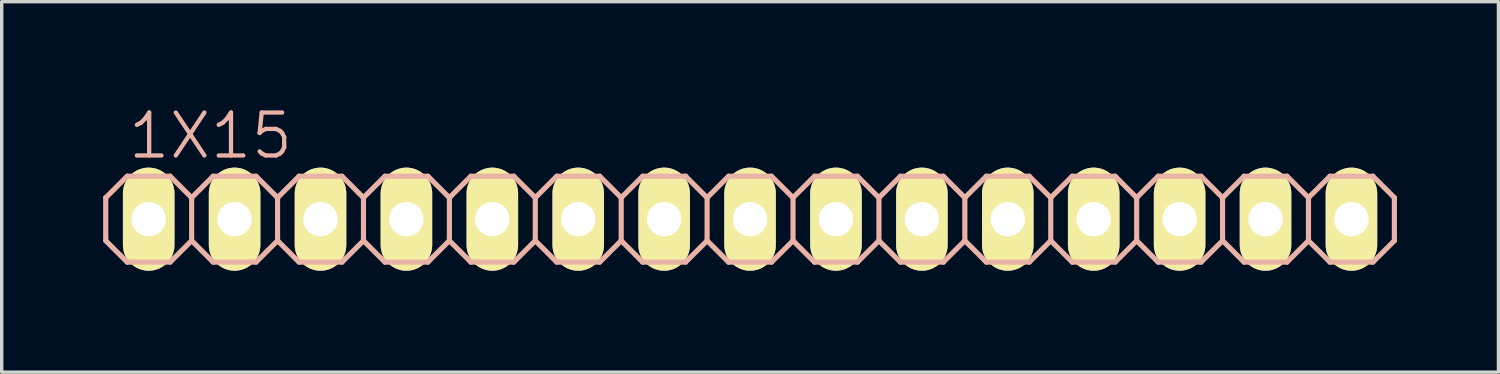
<source format=kicad_pcb>
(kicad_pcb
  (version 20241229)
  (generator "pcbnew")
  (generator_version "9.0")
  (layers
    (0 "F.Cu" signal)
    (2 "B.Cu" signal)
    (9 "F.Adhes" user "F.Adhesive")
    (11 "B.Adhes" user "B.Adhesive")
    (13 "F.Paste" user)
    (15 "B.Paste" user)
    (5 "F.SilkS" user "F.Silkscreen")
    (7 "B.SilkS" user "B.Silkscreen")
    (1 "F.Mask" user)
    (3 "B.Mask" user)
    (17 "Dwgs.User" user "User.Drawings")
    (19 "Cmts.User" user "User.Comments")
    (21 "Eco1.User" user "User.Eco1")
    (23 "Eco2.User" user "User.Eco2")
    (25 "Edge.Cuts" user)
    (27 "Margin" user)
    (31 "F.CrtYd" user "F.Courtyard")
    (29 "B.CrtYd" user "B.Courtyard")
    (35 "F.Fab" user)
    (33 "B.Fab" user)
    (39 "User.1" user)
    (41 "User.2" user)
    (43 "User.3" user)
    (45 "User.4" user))
  (footprint "1X15"
    (layer "F.Cu")
    (at 19.126 3.43)
    (property "Reference" "1X15" (at -15.951 -2.464 0) (layer "B.SilkS") (effects (font (size 1.27 1.27) (thickness 0.127))))
    (attr exclude_from_pos_files exclude_from_bom)
    (fp_line (start -18.034 -0.254) (end -17.523 -0.254) (stroke (width 0.066) (type solid)) (layer "F.SilkS"))
    (fp_line (start -18.034 0.254) (end -18.034 -0.254) (stroke (width 0.066) (type solid)) (layer "F.SilkS"))
    (fp_line (start -18.034 0.254) (end -17.523 0.254) (stroke (width 0.066) (type solid)) (layer "F.SilkS"))
    (fp_line (start -17.523 0.254) (end -17.523 -0.254) (stroke (width 0.066) (type solid)) (layer "F.SilkS"))
    (fp_line (start -15.494 -0.254) (end -14.986 -0.254) (stroke (width 0.066) (type solid)) (layer "F.SilkS"))
    (fp_line (start -15.494 0.254) (end -15.494 -0.254) (stroke (width 0.066) (type solid)) (layer "F.SilkS"))
    (fp_line (start -15.494 0.254) (end -14.986 0.254) (stroke (width 0.066) (type solid)) (layer "F.SilkS"))
    (fp_line (start -14.986 0.254) (end -14.986 -0.254) (stroke (width 0.066) (type solid)) (layer "F.SilkS"))
    (fp_line (start -12.954 -0.254) (end -12.446 -0.254) (stroke (width 0.066) (type solid)) (layer "F.SilkS"))
    (fp_line (start -12.954 0.254) (end -12.954 -0.254) (stroke (width 0.066) (type solid)) (layer "F.SilkS"))
    (fp_line (start -12.954 0.254) (end -12.446 0.254) (stroke (width 0.066) (type solid)) (layer "F.SilkS"))
    (fp_line (start -12.446 0.254) (end -12.446 -0.254) (stroke (width 0.066) (type solid)) (layer "F.SilkS"))
    (fp_line (start -10.414 -0.254) (end -9.906 -0.254) (stroke (width 0.066) (type solid)) (layer "F.SilkS"))
    (fp_line (start -10.414 0.254) (end -10.414 -0.254) (stroke (width 0.066) (type solid)) (layer "F.SilkS"))
    (fp_line (start -10.414 0.254) (end -9.906 0.254) (stroke (width 0.066) (type solid)) (layer "F.SilkS"))
    (fp_line (start -9.906 0.254) (end -9.906 -0.254) (stroke (width 0.066) (type solid)) (layer "F.SilkS"))
    (fp_line (start -7.874 -0.254) (end -7.366 -0.254) (stroke (width 0.066) (type solid)) (layer "F.SilkS"))
    (fp_line (start -7.874 0.254) (end -7.874 -0.254) (stroke (width 0.066) (type solid)) (layer "F.SilkS"))
    (fp_line (start -7.874 0.254) (end -7.366 0.254) (stroke (width 0.066) (type solid)) (layer "F.SilkS"))
    (fp_line (start -7.366 0.254) (end -7.366 -0.254) (stroke (width 0.066) (type solid)) (layer "F.SilkS"))
    (fp_line (start -5.334 -0.254) (end -4.826 -0.254) (stroke (width 0.066) (type solid)) (layer "F.SilkS"))
    (fp_line (start -5.334 0.254) (end -5.334 -0.254) (stroke (width 0.066) (type solid)) (layer "F.SilkS"))
    (fp_line (start -5.334 0.254) (end -4.826 0.254) (stroke (width 0.066) (type solid)) (layer "F.SilkS"))
    (fp_line (start -4.826 0.254) (end -4.826 -0.254) (stroke (width 0.066) (type solid)) (layer "F.SilkS"))
    (fp_line (start -2.794 -0.254) (end -2.286 -0.254) (stroke (width 0.066) (type solid)) (layer "F.SilkS"))
    (fp_line (start -2.794 0.254) (end -2.794 -0.254) (stroke (width 0.066) (type solid)) (layer "F.SilkS"))
    (fp_line (start -2.794 0.254) (end -2.286 0.254) (stroke (width 0.066) (type solid)) (layer "F.SilkS"))
    (fp_line (start -2.286 0.254) (end -2.286 -0.254) (stroke (width 0.066) (type solid)) (layer "F.SilkS"))
    (fp_line (start -0.254 -0.254) (end 0.254 -0.254) (stroke (width 0.066) (type solid)) (layer "F.SilkS"))
    (fp_line (start -0.254 0.254) (end -0.254 -0.254) (stroke (width 0.066) (type solid)) (layer "F.SilkS"))
    (fp_line (start -0.254 0.254) (end 0.254 0.254) (stroke (width 0.066) (type solid)) (layer "F.SilkS"))
    (fp_line (start 0.254 0.254) (end 0.254 -0.254) (stroke (width 0.066) (type solid)) (layer "F.SilkS"))
    (fp_line (start 2.286 -0.254) (end 2.794 -0.254) (stroke (width 0.066) (type solid)) (layer "F.SilkS"))
    (fp_line (start 2.286 0.254) (end 2.286 -0.254) (stroke (width 0.066) (type solid)) (layer "F.SilkS"))
    (fp_line (start 2.286 0.254) (end 2.794 0.254) (stroke (width 0.066) (type solid)) (layer "F.SilkS"))
    (fp_line (start 2.794 0.254) (end 2.794 -0.254) (stroke (width 0.066) (type solid)) (layer "F.SilkS"))
    (fp_line (start 4.826 -0.254) (end 5.334 -0.254) (stroke (width 0.066) (type solid)) (layer "F.SilkS"))
    (fp_line (start 4.826 0.254) (end 4.826 -0.254) (stroke (width 0.066) (type solid)) (layer "F.SilkS"))
    (fp_line (start 4.826 0.254) (end 5.334 0.254) (stroke (width 0.066) (type solid)) (layer "F.SilkS"))
    (fp_line (start 5.334 0.254) (end 5.334 -0.254) (stroke (width 0.066) (type solid)) (layer "F.SilkS"))
    (fp_line (start 7.366 -0.254) (end 7.874 -0.254) (stroke (width 0.066) (type solid)) (layer "F.SilkS"))
    (fp_line (start 7.366 0.254) (end 7.366 -0.254) (stroke (width 0.066) (type solid)) (layer "F.SilkS"))
    (fp_line (start 7.366 0.254) (end 7.874 0.254) (stroke (width 0.066) (type solid)) (layer "F.SilkS"))
    (fp_line (start 7.874 0.254) (end 7.874 -0.254) (stroke (width 0.066) (type solid)) (layer "F.SilkS"))
    (fp_line (start 9.906 -0.254) (end 10.414 -0.254) (stroke (width 0.066) (type solid)) (layer "F.SilkS"))
    (fp_line (start 9.906 0.254) (end 9.906 -0.254) (stroke (width 0.066) (type solid)) (layer "F.SilkS"))
    (fp_line (start 9.906 0.254) (end 10.414 0.254) (stroke (width 0.066) (type solid)) (layer "F.SilkS"))
    (fp_line (start 10.414 0.254) (end 10.414 -0.254) (stroke (width 0.066) (type solid)) (layer "F.SilkS"))
    (fp_line (start 12.446 -0.254) (end 12.954 -0.254) (stroke (width 0.066) (type solid)) (layer "F.SilkS"))
    (fp_line (start 12.446 0.254) (end 12.446 -0.254) (stroke (width 0.066) (type solid)) (layer "F.SilkS"))
    (fp_line (start 12.446 0.254) (end 12.954 0.254) (stroke (width 0.066) (type solid)) (layer "F.SilkS"))
    (fp_line (start 12.954 0.254) (end 12.954 -0.254) (stroke (width 0.066) (type solid)) (layer "F.SilkS"))
    (fp_line (start 14.986 -0.254) (end 15.494 -0.254) (stroke (width 0.066) (type solid)) (layer "F.SilkS"))
    (fp_line (start 14.986 0.254) (end 14.986 -0.254) (stroke (width 0.066) (type solid)) (layer "F.SilkS"))
    (fp_line (start 14.986 0.254) (end 15.494 0.254) (stroke (width 0.066) (type solid)) (layer "F.SilkS"))
    (fp_line (start 15.494 0.254) (end 15.494 -0.254) (stroke (width 0.066) (type solid)) (layer "F.SilkS"))
    (fp_line (start 17.523 -0.254) (end 18.034 -0.254) (stroke (width 0.066) (type solid)) (layer "F.SilkS"))
    (fp_line (start 17.523 0.254) (end 17.523 -0.254) (stroke (width 0.066) (type solid)) (layer "F.SilkS"))
    (fp_line (start 17.523 0.254) (end 18.034 0.254) (stroke (width 0.066) (type solid)) (layer "F.SilkS"))
    (fp_line (start 18.034 0.254) (end 18.034 -0.254) (stroke (width 0.066) (type solid)) (layer "F.SilkS"))
    (fp_line (start -19.05 -0.635) (end -19.05 0.635) (stroke (width 0.152) (type solid)) (layer "B.SilkS"))
    (fp_line (start -19.05 0.635) (end -18.415 1.27) (stroke (width 0.152) (type solid)) (layer "B.SilkS"))
    (fp_line (start -18.415 -1.27) (end -19.05 -0.635) (stroke (width 0.152) (type solid)) (layer "B.SilkS"))
    (fp_line (start -18.415 -1.27) (end -17.145 -1.27) (stroke (width 0.152) (type solid)) (layer "B.SilkS"))
    (fp_line (start -17.145 -1.27) (end -16.51 -0.635) (stroke (width 0.152) (type solid)) (layer "B.SilkS"))
    (fp_line (start -17.145 1.27) (end -18.415 1.27) (stroke (width 0.152) (type solid)) (layer "B.SilkS"))
    (fp_line (start -16.51 -0.635) (end -16.51 0.635) (stroke (width 0.152) (type solid)) (layer "B.SilkS"))
    (fp_line (start -16.51 -0.635) (end -15.875 -1.27) (stroke (width 0.152) (type solid)) (layer "B.SilkS"))
    (fp_line (start -16.51 0.635) (end -17.145 1.27) (stroke (width 0.152) (type solid)) (layer "B.SilkS"))
    (fp_line (start -15.875 -1.27) (end -14.605 -1.27) (stroke (width 0.152) (type solid)) (layer "B.SilkS"))
    (fp_line (start -15.875 1.27) (end -16.51 0.635) (stroke (width 0.152) (type solid)) (layer "B.SilkS"))
    (fp_line (start -14.605 -1.27) (end -13.97 -0.635) (stroke (width 0.152) (type solid)) (layer "B.SilkS"))
    (fp_line (start -14.605 1.27) (end -15.875 1.27) (stroke (width 0.152) (type solid)) (layer "B.SilkS"))
    (fp_line (start -13.97 -0.635) (end -13.97 0.635) (stroke (width 0.152) (type solid)) (layer "B.SilkS"))
    (fp_line (start -13.97 -0.635) (end -13.335 -1.27) (stroke (width 0.152) (type solid)) (layer "B.SilkS"))
    (fp_line (start -13.97 0.635) (end -14.605 1.27) (stroke (width 0.152) (type solid)) (layer "B.SilkS"))
    (fp_line (start -13.335 -1.27) (end -12.065 -1.27) (stroke (width 0.152) (type solid)) (layer "B.SilkS"))
    (fp_line (start -13.335 1.27) (end -13.97 0.635) (stroke (width 0.152) (type solid)) (layer "B.SilkS"))
    (fp_line (start -12.065 -1.27) (end -11.43 -0.635) (stroke (width 0.152) (type solid)) (layer "B.SilkS"))
    (fp_line (start -12.065 1.27) (end -13.335 1.27) (stroke (width 0.152) (type solid)) (layer "B.SilkS"))
    (fp_line (start -11.43 -0.635) (end -11.43 0.635) (stroke (width 0.152) (type solid)) (layer "B.SilkS"))
    (fp_line (start -11.43 0.635) (end -12.065 1.27) (stroke (width 0.152) (type solid)) (layer "B.SilkS"))
    (fp_line (start -11.43 0.635) (end -10.795 1.27) (stroke (width 0.152) (type solid)) (layer "B.SilkS"))
    (fp_line (start -10.795 -1.27) (end -11.43 -0.635) (stroke (width 0.152) (type solid)) (layer "B.SilkS"))
    (fp_line (start -10.795 -1.27) (end -9.525 -1.27) (stroke (width 0.152) (type solid)) (layer "B.SilkS"))
    (fp_line (start -9.525 -1.27) (end -8.89 -0.635) (stroke (width 0.152) (type solid)) (layer "B.SilkS"))
    (fp_line (start -9.525 1.27) (end -10.795 1.27) (stroke (width 0.152) (type solid)) (layer "B.SilkS"))
    (fp_line (start -8.89 -0.635) (end -8.89 0.635) (stroke (width 0.152) (type solid)) (layer "B.SilkS"))
    (fp_line (start -8.89 -0.635) (end -8.255 -1.27) (stroke (width 0.152) (type solid)) (layer "B.SilkS"))
    (fp_line (start -8.89 0.635) (end -9.525 1.27) (stroke (width 0.152) (type solid)) (layer "B.SilkS"))
    (fp_line (start -8.255 -1.27) (end -6.985 -1.27) (stroke (width 0.152) (type solid)) (layer "B.SilkS"))
    (fp_line (start -8.255 1.27) (end -8.89 0.635) (stroke (width 0.152) (type solid)) (layer "B.SilkS"))
    (fp_line (start -6.985 -1.27) (end -6.35 -0.635) (stroke (width 0.152) (type solid)) (layer "B.SilkS"))
    (fp_line (start -6.985 1.27) (end -8.255 1.27) (stroke (width 0.152) (type solid)) (layer "B.SilkS"))
    (fp_line (start -6.35 -0.635) (end -6.35 0.635) (stroke (width 0.152) (type solid)) (layer "B.SilkS"))
    (fp_line (start -6.35 -0.635) (end -5.715 -1.27) (stroke (width 0.152) (type solid)) (layer "B.SilkS"))
    (fp_line (start -6.35 0.635) (end -6.985 1.27) (stroke (width 0.152) (type solid)) (layer "B.SilkS"))
    (fp_line (start -5.715 -1.27) (end -4.445 -1.27) (stroke (width 0.152) (type solid)) (layer "B.SilkS"))
    (fp_line (start -5.715 1.27) (end -6.35 0.635) (stroke (width 0.152) (type solid)) (layer "B.SilkS"))
    (fp_line (start -4.445 -1.27) (end -3.81 -0.635) (stroke (width 0.152) (type solid)) (layer "B.SilkS"))
    (fp_line (start -4.445 1.27) (end -5.715 1.27) (stroke (width 0.152) (type solid)) (layer "B.SilkS"))
    (fp_line (start -3.81 -0.635) (end -3.81 0.635) (stroke (width 0.152) (type solid)) (layer "B.SilkS"))
    (fp_line (start -3.81 0.635) (end -4.445 1.27) (stroke (width 0.152) (type solid)) (layer "B.SilkS"))
    (fp_line (start -3.81 0.635) (end -3.175 1.27) (stroke (width 0.152) (type solid)) (layer "B.SilkS"))
    (fp_line (start -3.175 -1.27) (end -3.81 -0.635) (stroke (width 0.152) (type solid)) (layer "B.SilkS"))
    (fp_line (start -3.175 -1.27) (end -1.905 -1.27) (stroke (width 0.152) (type solid)) (layer "B.SilkS"))
    (fp_line (start -1.905 -1.27) (end -1.27 -0.635) (stroke (width 0.152) (type solid)) (layer "B.SilkS"))
    (fp_line (start -1.905 1.27) (end -3.175 1.27) (stroke (width 0.152) (type solid)) (layer "B.SilkS"))
    (fp_line (start -1.27 -0.635) (end -1.27 0.635) (stroke (width 0.152) (type solid)) (layer "B.SilkS"))
    (fp_line (start -1.27 -0.635) (end -0.635 -1.27) (stroke (width 0.152) (type solid)) (layer "B.SilkS"))
    (fp_line (start -1.27 0.635) (end -1.905 1.27) (stroke (width 0.152) (type solid)) (layer "B.SilkS"))
    (fp_line (start -0.635 -1.27) (end 0.635 -1.27) (stroke (width 0.152) (type solid)) (layer "B.SilkS"))
    (fp_line (start -0.635 1.27) (end -1.27 0.635) (stroke (width 0.152) (type solid)) (layer "B.SilkS"))
    (fp_line (start 0.635 -1.27) (end 1.27 -0.635) (stroke (width 0.152) (type solid)) (layer "B.SilkS"))
    (fp_line (start 0.635 1.27) (end -0.635 1.27) (stroke (width 0.152) (type solid)) (layer "B.SilkS"))
    (fp_line (start 1.27 -0.635) (end 1.27 0.635) (stroke (width 0.152) (type solid)) (layer "B.SilkS"))
    (fp_line (start 1.27 -0.635) (end 1.905 -1.27) (stroke (width 0.152) (type solid)) (layer "B.SilkS"))
    (fp_line (start 1.27 0.635) (end 0.635 1.27) (stroke (width 0.152) (type solid)) (layer "B.SilkS"))
    (fp_line (start 1.905 -1.27) (end 3.175 -1.27) (stroke (width 0.152) (type solid)) (layer "B.SilkS"))
    (fp_line (start 1.905 1.27) (end 1.27 0.635) (stroke (width 0.152) (type solid)) (layer "B.SilkS"))
    (fp_line (start 3.175 -1.27) (end 3.81 -0.635) (stroke (width 0.152) (type solid)) (layer "B.SilkS"))
    (fp_line (start 3.175 1.27) (end 1.905 1.27) (stroke (width 0.152) (type solid)) (layer "B.SilkS"))
    (fp_line (start 3.81 -0.635) (end 3.81 0.635) (stroke (width 0.152) (type solid)) (layer "B.SilkS"))
    (fp_line (start 3.81 0.635) (end 3.175 1.27) (stroke (width 0.152) (type solid)) (layer "B.SilkS"))
    (fp_line (start 3.81 0.635) (end 4.445 1.27) (stroke (width 0.152) (type solid)) (layer "B.SilkS"))
    (fp_line (start 4.445 -1.27) (end 3.81 -0.635) (stroke (width 0.152) (type solid)) (layer "B.SilkS"))
    (fp_line (start 4.445 -1.27) (end 5.715 -1.27) (stroke (width 0.152) (type solid)) (layer "B.SilkS"))
    (fp_line (start 5.715 -1.27) (end 6.35 -0.635) (stroke (width 0.152) (type solid)) (layer "B.SilkS"))
    (fp_line (start 5.715 1.27) (end 4.445 1.27) (stroke (width 0.152) (type solid)) (layer "B.SilkS"))
    (fp_line (start 6.35 -0.635) (end 6.35 0.635) (stroke (width 0.152) (type solid)) (layer "B.SilkS"))
    (fp_line (start 6.35 -0.635) (end 6.985 -1.27) (stroke (width 0.152) (type solid)) (layer "B.SilkS"))
    (fp_line (start 6.35 0.635) (end 5.715 1.27) (stroke (width 0.152) (type solid)) (layer "B.SilkS"))
    (fp_line (start 6.985 -1.27) (end 8.255 -1.27) (stroke (width 0.152) (type solid)) (layer "B.SilkS"))
    (fp_line (start 6.985 1.27) (end 6.35 0.635) (stroke (width 0.152) (type solid)) (layer "B.SilkS"))
    (fp_line (start 8.255 -1.27) (end 8.89 -0.635) (stroke (width 0.152) (type solid)) (layer "B.SilkS"))
    (fp_line (start 8.255 1.27) (end 6.985 1.27) (stroke (width 0.152) (type solid)) (layer "B.SilkS"))
    (fp_line (start 8.89 -0.635) (end 8.89 0.635) (stroke (width 0.152) (type solid)) (layer "B.SilkS"))
    (fp_line (start 8.89 -0.635) (end 9.525 -1.27) (stroke (width 0.152) (type solid)) (layer "B.SilkS"))
    (fp_line (start 8.89 0.635) (end 8.255 1.27) (stroke (width 0.152) (type solid)) (layer "B.SilkS"))
    (fp_line (start 9.525 -1.27) (end 10.795 -1.27) (stroke (width 0.152) (type solid)) (layer "B.SilkS"))
    (fp_line (start 9.525 1.27) (end 8.89 0.635) (stroke (width 0.152) (type solid)) (layer "B.SilkS"))
    (fp_line (start 10.795 -1.27) (end 11.43 -0.635) (stroke (width 0.152) (type solid)) (layer "B.SilkS"))
    (fp_line (start 10.795 1.27) (end 9.525 1.27) (stroke (width 0.152) (type solid)) (layer "B.SilkS"))
    (fp_line (start 11.43 -0.635) (end 11.43 0.635) (stroke (width 0.152) (type solid)) (layer "B.SilkS"))
    (fp_line (start 11.43 0.635) (end 10.795 1.27) (stroke (width 0.152) (type solid)) (layer "B.SilkS"))
    (fp_line (start 11.43 0.635) (end 12.065 1.27) (stroke (width 0.152) (type solid)) (layer "B.SilkS"))
    (fp_line (start 12.065 -1.27) (end 11.43 -0.635) (stroke (width 0.152) (type solid)) (layer "B.SilkS"))
    (fp_line (start 12.065 -1.27) (end 13.335 -1.27) (stroke (width 0.152) (type solid)) (layer "B.SilkS"))
    (fp_line (start 13.335 -1.27) (end 13.97 -0.635) (stroke (width 0.152) (type solid)) (layer "B.SilkS"))
    (fp_line (start 13.335 1.27) (end 12.065 1.27) (stroke (width 0.152) (type solid)) (layer "B.SilkS"))
    (fp_line (start 13.97 -0.635) (end 13.97 0.635) (stroke (width 0.152) (type solid)) (layer "B.SilkS"))
    (fp_line (start 13.97 -0.635) (end 14.605 -1.27) (stroke (width 0.152) (type solid)) (layer "B.SilkS"))
    (fp_line (start 13.97 0.635) (end 13.335 1.27) (stroke (width 0.152) (type solid)) (layer "B.SilkS"))
    (fp_line (start 14.605 -1.27) (end 15.875 -1.27) (stroke (width 0.152) (type solid)) (layer "B.SilkS"))
    (fp_line (start 14.605 1.27) (end 13.97 0.635) (stroke (width 0.152) (type solid)) (layer "B.SilkS"))
    (fp_line (start 15.875 -1.27) (end 16.51 -0.635) (stroke (width 0.152) (type solid)) (layer "B.SilkS"))
    (fp_line (start 15.875 1.27) (end 14.605 1.27) (stroke (width 0.152) (type solid)) (layer "B.SilkS"))
    (fp_line (start 16.51 -0.635) (end 16.51 0.635) (stroke (width 0.152) (type solid)) (layer "B.SilkS"))
    (fp_line (start 16.51 -0.635) (end 17.145 -1.27) (stroke (width 0.152) (type solid)) (layer "B.SilkS"))
    (fp_line (start 16.51 0.635) (end 15.875 1.27) (stroke (width 0.152) (type solid)) (layer "B.SilkS"))
    (fp_line (start 17.145 -1.27) (end 18.415 -1.27) (stroke (width 0.152) (type solid)) (layer "B.SilkS"))
    (fp_line (start 17.145 1.27) (end 16.51 0.635) (stroke (width 0.152) (type solid)) (layer "B.SilkS"))
    (fp_line (start 18.415 -1.27) (end 19.05 -0.635) (stroke (width 0.152) (type solid)) (layer "B.SilkS"))
    (fp_line (start 18.415 1.27) (end 17.145 1.27) (stroke (width 0.152) (type solid)) (layer "B.SilkS"))
    (fp_line (start 19.05 -0.635) (end 19.05 0.635) (stroke (width 0.152) (type solid)) (layer "B.SilkS"))
    (fp_line (start 19.05 0.635) (end 18.415 1.27) (stroke (width 0.152) (type solid)) (layer "B.SilkS"))
    (pad "1" thru_hole oval (at -17.78 0 180) (size 1.524 3.048) (drill 1.016) (layers "*.Cu" "F.Mask" "F.SilkS" "F.Paste"))
    (pad "2" thru_hole oval (at -15.24 0 180) (size 1.524 3.048) (drill 1.016) (layers "*.Cu" "F.Mask" "F.SilkS" "F.Paste"))
    (pad "3" thru_hole oval (at -12.7 0 180) (size 1.524 3.048) (drill 1.016) (layers "*.Cu" "F.Mask" "F.SilkS" "F.Paste"))
    (pad "4" thru_hole oval (at -10.16 0 180) (size 1.524 3.048) (drill 1.016) (layers "*.Cu" "F.Mask" "F.SilkS" "F.Paste"))
    (pad "5" thru_hole oval (at -7.62 0 180) (size 1.524 3.048) (drill 1.016) (layers "*.Cu" "F.Mask" "F.SilkS" "F.Paste"))
    (pad "6" thru_hole oval (at -5.08 0 180) (size 1.524 3.048) (drill 1.016) (layers "*.Cu" "F.Mask" "F.SilkS" "F.Paste"))
    (pad "7" thru_hole oval (at -2.54 0 180) (size 1.524 3.048) (drill 1.016) (layers "*.Cu" "F.Mask" "F.SilkS" "F.Paste"))
    (pad "8" thru_hole oval (at 0 0 180) (size 1.524 3.048) (drill 1.016) (layers "*.Cu" "F.Mask" "F.SilkS" "F.Paste"))
    (pad "9" thru_hole oval (at 2.54 0 180) (size 1.524 3.048) (drill 1.016) (layers "*.Cu" "F.Mask" "F.SilkS" "F.Paste"))
    (pad "10" thru_hole oval (at 5.08 0 180) (size 1.524 3.048) (drill 1.016) (layers "*.Cu" "F.Mask" "F.SilkS" "F.Paste"))
    (pad "11" thru_hole oval (at 7.62 0 180) (size 1.524 3.048) (drill 1.016) (layers "*.Cu" "F.Mask" "F.SilkS" "F.Paste"))
    (pad "12" thru_hole oval (at 10.16 0 180) (size 1.524 3.048) (drill 1.016) (layers "*.Cu" "F.Mask" "F.SilkS" "F.Paste"))
    (pad "13" thru_hole oval (at 12.7 0 180) (size 1.524 3.048) (drill 1.016) (layers "*.Cu" "F.Mask" "F.SilkS" "F.Paste"))
    (pad "14" thru_hole oval (at 15.24 0 180) (size 1.524 3.048) (drill 1.016) (layers "*.Cu" "F.Mask" "F.SilkS" "F.Paste"))
    (pad "15" thru_hole oval (at 17.78 0 180) (size 1.524 3.048) (drill 1.016) (layers "*.Cu" "F.Mask" "F.SilkS" "F.Paste")))
  (gr_rect
    (start -3 -3)
    (end 41.252 7.954)
    (stroke (width 0.1) (type default))
    (fill no)
    (layer "Edge.Cuts")))
</source>
